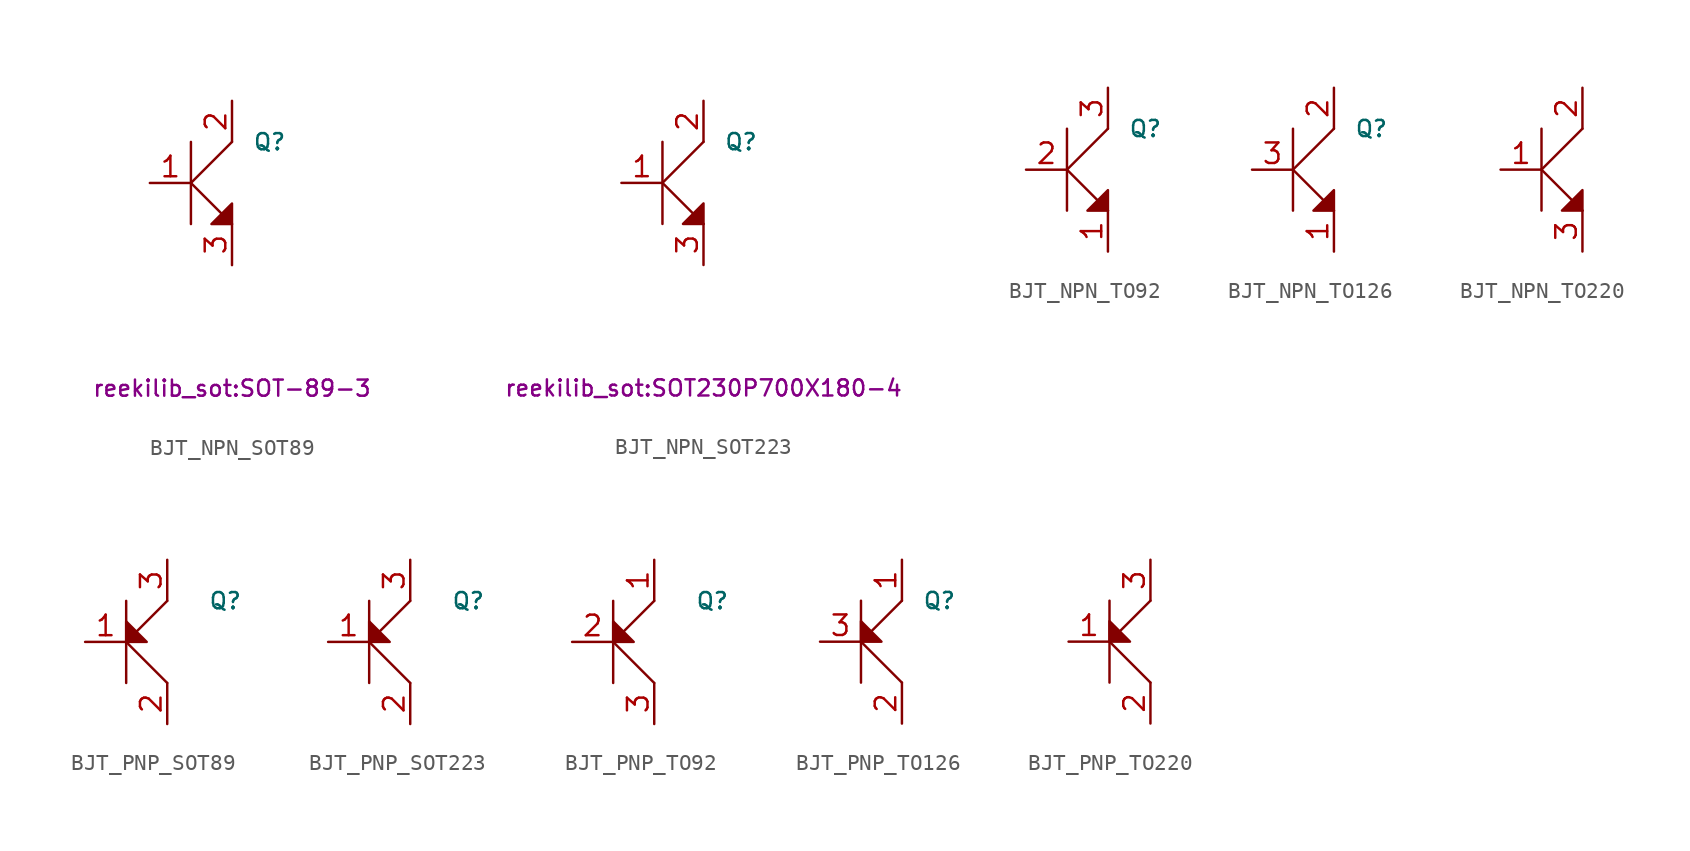
<source format=kicad_sym>
(kicad_symbol_lib
  (version 20231120)
  (generator "kicad_symbol_editor")
  (generator_version "8.0")
  (symbol "BJT_NPN_SOT89"
    (pin_names hide)
    (property "Reference" "Q"
      (at 1.27 2.54 0)
      (do_not_autoplace)
      (effects (font (size 1 1)) (justify left)))
    (property "Footprint" "reekilib_sot:SOT-89-3"
      (at 0 -12.7 0)
      (do_not_autoplace)
      (effects (font (size 1 1))))
    (symbol "BJT_NPN_SOT89_0_1"
      (polyline (pts (xy -2.54 0) (xy 0 -2.54)) (stroke (width 0) (type default)) (fill (type none)))
      (polyline (pts (xy -2.54 2.54) (xy -2.54 -2.54)) (stroke (width 0) (type default)) (fill (type none)))
      (polyline (pts (xy 0 2.54) (xy -2.54 0)) (stroke (width 0) (type default)) (fill (type none)))
      (polyline (pts (xy 0 -2.54) (xy 0 -1.27) (xy -1.27 -2.54) (xy 0 -2.54)) (stroke (width 0) (type default)) (fill (type outline))))
    (symbol "BJT_NPN_SOT89_1_1"
      (pin passive line (at -5.08 0 0) (length 2.54) (name "B" (effects (font (size 1.27 1.27)))) (number "1" (effects (font (size 1.27 1.27)))))
      (pin passive line (at 0 5.08 270) (length 2.54) (name "C" (effects (font (size 1.27 1.27)))) (number "2" (effects (font (size 1.27 1.27)))))
      (pin passive line (at 0 -5.08 90) (length 2.54) (name "E" (effects (font (size 1.27 1.27)))) (number "3" (effects (font (size 1.27 1.27)))))))
  (symbol "BJT_NPN_SOT223"
    (pin_names hide)
    (property "Reference" "Q"
      (at 1.27 2.54 0)
      (do_not_autoplace)
      (effects (font (size 1 1)) (justify left)))
    (property "Footprint" "reekilib_sot:SOT230P700X180-4"
      (at 0 -12.7 0)
      (do_not_autoplace)
      (effects (font (size 1 1))))
    (symbol "BJT_NPN_SOT223_0_1"
      (polyline (pts (xy -2.54 0) (xy 0 -2.54)) (stroke (width 0) (type default)) (fill (type none)))
      (polyline (pts (xy -2.54 2.54) (xy -2.54 -2.54)) (stroke (width 0) (type default)) (fill (type none)))
      (polyline (pts (xy 0 2.54) (xy -2.54 0)) (stroke (width 0) (type default)) (fill (type none)))
      (polyline (pts (xy 0 -2.54) (xy 0 -1.27) (xy -1.27 -2.54) (xy 0 -2.54)) (stroke (width 0) (type default)) (fill (type outline))))
    (symbol "BJT_NPN_SOT223_1_1"
      (pin passive line (at -5.08 0 0) (length 2.54) (name "B" (effects (font (size 1.27 1.27)))) (number "1" (effects (font (size 1.27 1.27)))))
      (pin passive line (at 0 5.08 270) (length 2.54) (name "C" (effects (font (size 1.27 1.27)))) (number "2" (effects (font (size 1.27 1.27)))))
      (pin passive line (at 0 -5.08 90) (length 2.54) (name "E" (effects (font (size 1.27 1.27)))) (number "3" (effects (font (size 1.27 1.27)))))
      (pin passive line (at 0 5.08 270) (length 2.54) hide (name "C" (effects (font (size 1.27 1.27)))) (number "4" (effects (font (size 1.27 1.27)))))))
  (symbol "BJT_NPN_TO92"
    (pin_names hide)
    (property "Reference" "Q"
      (at 1.27 2.54 0)
      (do_not_autoplace)
      (effects (font (size 1 1)) (justify left)))
    (symbol "BJT_NPN_TO92_0_1"
      (polyline (pts (xy -2.54 0) (xy 0 -2.54)) (stroke (width 0) (type default)) (fill (type none)))
      (polyline (pts (xy -2.54 2.54) (xy -2.54 -2.54)) (stroke (width 0) (type default)) (fill (type none)))
      (polyline (pts (xy 0 2.54) (xy -2.54 0)) (stroke (width 0) (type default)) (fill (type none)))
      (polyline (pts (xy 0 -2.54) (xy 0 -1.27) (xy -1.27 -2.54) (xy 0 -2.54)) (stroke (width 0) (type default)) (fill (type outline))))
    (symbol "BJT_NPN_TO92_1_1"
      (pin passive line (at 0 -5.08 90) (length 2.54) (name "E" (effects (font (size 1.27 1.27)))) (number "1" (effects (font (size 1.27 1.27)))))
      (pin passive line (at -5.08 0 0) (length 2.54) (name "B" (effects (font (size 1.27 1.27)))) (number "2" (effects (font (size 1.27 1.27)))))
      (pin passive line (at 0 5.08 270) (length 2.54) (name "C" (effects (font (size 1.27 1.27)))) (number "3" (effects (font (size 1.27 1.27)))))))
  (symbol "BJT_NPN_TO126"
    (pin_names hide)
    (property "Reference" "Q"
      (at 1.27 2.54 0)
      (do_not_autoplace)
      (effects (font (size 1 1)) (justify left)))
    (symbol "BJT_NPN_TO126_0_1"
      (polyline (pts (xy -2.54 0) (xy 0 -2.54)) (stroke (width 0) (type default)) (fill (type none)))
      (polyline (pts (xy -2.54 2.54) (xy -2.54 -2.54)) (stroke (width 0) (type default)) (fill (type none)))
      (polyline (pts (xy 0 2.54) (xy -2.54 0)) (stroke (width 0) (type default)) (fill (type none)))
      (polyline (pts (xy 0 -2.54) (xy 0 -1.27) (xy -1.27 -2.54) (xy 0 -2.54)) (stroke (width 0) (type default)) (fill (type outline))))
    (symbol "BJT_NPN_TO126_1_1"
      (pin passive line (at 0 -5.08 90) (length 2.54) (name "E" (effects (font (size 1.27 1.27)))) (number "1" (effects (font (size 1.27 1.27)))))
      (pin passive line (at 0 5.08 270) (length 2.54) (name "C" (effects (font (size 1.27 1.27)))) (number "2" (effects (font (size 1.27 1.27)))))
      (pin passive line (at -5.08 0 0) (length 2.54) (name "B" (effects (font (size 1.27 1.27)))) (number "3" (effects (font (size 1.27 1.27)))))))
  (symbol "BJT_NPN_TO220"
    (pin_names hide)
    (property "Reference" "Q"
      (at 1.27 2.54 0)
      (do_not_autoplace)
      (effects (font (size 1 1)) (justify left) (hide yes)))
    (symbol "BJT_NPN_TO220_0_1"
      (polyline (pts (xy -2.54 0) (xy 0 -2.54)) (stroke (width 0) (type default)) (fill (type none)))
      (polyline (pts (xy -2.54 2.54) (xy -2.54 -2.54)) (stroke (width 0) (type default)) (fill (type none)))
      (polyline (pts (xy 0 2.54) (xy -2.54 0)) (stroke (width 0) (type default)) (fill (type none)))
      (polyline (pts (xy 0 -2.54) (xy 0 -1.27) (xy -1.27 -2.54) (xy 0 -2.54)) (stroke (width 0) (type default)) (fill (type outline))))
    (symbol "BJT_NPN_TO220_1_1"
      (pin passive line (at -5.08 0 0) (length 2.54) (name "B" (effects (font (size 1.27 1.27)))) (number "1" (effects (font (size 1.27 1.27)))))
      (pin passive line (at 0 5.08 270) (length 2.54) (name "C" (effects (font (size 1.27 1.27)))) (number "2" (effects (font (size 1.27 1.27)))))
      (pin passive line (at 0 -5.08 90) (length 2.54) (name "E" (effects (font (size 1.27 1.27)))) (number "3" (effects (font (size 1.27 1.27)))))
      (pin passive line (at 0 5.08 270) (length 2.54) hide (name "C" (effects (font (size 1.27 1.27)))) (number "4" (effects (font (size 1.27 1.27)))))))
  (symbol "BJT_PNP_SOT89"
    (pin_names hide)
    (property "Reference" "Q"
      (at 2.54 2.54 0)
      (do_not_autoplace)
      (effects (font (size 1 1)) (justify left)))
    (symbol "BJT_PNP_SOT89_0_1"
      (polyline (pts (xy -2.54 0) (xy 0 -2.54)) (stroke (width 0) (type default)) (fill (type none)))
      (polyline (pts (xy -2.54 2.54) (xy -2.54 -2.54)) (stroke (width 0) (type default)) (fill (type none)))
      (polyline (pts (xy 0 2.54) (xy -2.54 0)) (stroke (width 0) (type default)) (fill (type none)))
      (polyline (pts (xy -2.54 1.27) (xy -2.54 0) (xy -1.27 0) (xy -2.54 1.27)) (stroke (width 0) (type default)) (fill (type outline))))
    (symbol "BJT_PNP_SOT89_1_1"
      (pin passive line (at -5.08 0 0) (length 2.54) (name "B" (effects (font (size 1.27 1.27)))) (number "1" (effects (font (size 1.27 1.27)))))
      (pin passive line (at 0 -5.08 90) (length 2.54) (name "C" (effects (font (size 1.27 1.27)))) (number "2" (effects (font (size 1.27 1.27)))))
      (pin passive line (at 0 5.08 270) (length 2.54) (name "E" (effects (font (size 1.27 1.27)))) (number "3" (effects (font (size 1.27 1.27)))))))
  (symbol "BJT_PNP_SOT223"
    (pin_names hide)
    (property "Reference" "Q"
      (at 2.54 2.54 0)
      (do_not_autoplace)
      (effects (font (size 1 1)) (justify left)))
    (symbol "BJT_PNP_SOT223_0_1"
      (polyline (pts (xy -2.54 0) (xy 0 -2.54)) (stroke (width 0) (type default)) (fill (type none)))
      (polyline (pts (xy -2.54 2.54) (xy -2.54 -2.54)) (stroke (width 0) (type default)) (fill (type none)))
      (polyline (pts (xy 0 2.54) (xy -2.54 0)) (stroke (width 0) (type default)) (fill (type none)))
      (polyline (pts (xy -2.54 1.27) (xy -2.54 0) (xy -1.27 0) (xy -2.54 1.27)) (stroke (width 0) (type default)) (fill (type outline))))
    (symbol "BJT_PNP_SOT223_1_1"
      (pin passive line (at -5.08 0 0) (length 2.54) (name "B" (effects (font (size 1.27 1.27)))) (number "1" (effects (font (size 1.27 1.27)))))
      (pin passive line (at 0 -5.08 90) (length 2.54) (name "C" (effects (font (size 1.27 1.27)))) (number "2" (effects (font (size 1.27 1.27)))))
      (pin passive line (at 0 5.08 270) (length 2.54) (name "E" (effects (font (size 1.27 1.27)))) (number "3" (effects (font (size 1.27 1.27)))))
      (pin passive line (at 0 -5.08 90) (length 2.54) hide (name "C" (effects (font (size 1.27 1.27)))) (number "4" (effects (font (size 1.27 1.27)))))))
  (symbol "BJT_PNP_TO92"
    (pin_names hide)
    (property "Reference" "Q"
      (at 2.54 2.54 0)
      (do_not_autoplace)
      (effects (font (size 1 1)) (justify left)))
    (symbol "BJT_PNP_TO92_0_1"
      (polyline (pts (xy -2.54 0) (xy 0 -2.54)) (stroke (width 0) (type default)) (fill (type none)))
      (polyline (pts (xy -2.54 2.54) (xy -2.54 -2.54)) (stroke (width 0) (type default)) (fill (type none)))
      (polyline (pts (xy 0 2.54) (xy -2.54 0)) (stroke (width 0) (type default)) (fill (type none)))
      (polyline (pts (xy -2.54 1.27) (xy -2.54 0) (xy -1.27 0) (xy -2.54 1.27)) (stroke (width 0) (type default)) (fill (type outline))))
    (symbol "BJT_PNP_TO92_1_1"
      (pin passive line (at 0 5.08 270) (length 2.54) (name "E" (effects (font (size 1.27 1.27)))) (number "1" (effects (font (size 1.27 1.27)))))
      (pin passive line (at -5.08 0 0) (length 2.54) (name "B" (effects (font (size 1.27 1.27)))) (number "2" (effects (font (size 1.27 1.27)))))
      (pin passive line (at 0 -5.08 90) (length 2.54) (name "C" (effects (font (size 1.27 1.27)))) (number "3" (effects (font (size 1.27 1.27)))))))
  (symbol "BJT_PNP_TO126"
    (pin_names hide)
    (property "Reference" "Q"
      (at 1.27 2.54 0)
      (do_not_autoplace)
      (effects (font (size 1 1)) (justify left)))
    (symbol "BJT_PNP_TO126_0_1"
      (polyline (pts (xy -2.54 0) (xy 0 -2.54)) (stroke (width 0) (type default)) (fill (type none)))
      (polyline (pts (xy -2.54 2.54) (xy -2.54 -2.54)) (stroke (width 0) (type default)) (fill (type none)))
      (polyline (pts (xy 0 2.54) (xy -2.54 0)) (stroke (width 0) (type default)) (fill (type none)))
      (polyline (pts (xy -2.54 1.27) (xy -2.54 0) (xy -1.27 0) (xy -2.54 1.27)) (stroke (width 0) (type default)) (fill (type outline))))
    (symbol "BJT_PNP_TO126_1_1"
      (pin passive line (at 0 5.08 270) (length 2.54) (name "E" (effects (font (size 1.27 1.27)))) (number "1" (effects (font (size 1.27 1.27)))))
      (pin passive line (at 0 -5.08 90) (length 2.54) (name "C" (effects (font (size 1.27 1.27)))) (number "2" (effects (font (size 1.27 1.27)))))
      (pin passive line (at -5.08 0 0) (length 2.54) (name "B" (effects (font (size 1.27 1.27)))) (number "3" (effects (font (size 1.27 1.27)))))))
  (symbol "BJT_PNP_TO220"
    (pin_names hide)
    (property "Reference" "Q"
      (at 1.27 2.54 0)
      (do_not_autoplace)
      (effects (font (size 1 1)) (justify left) (hide yes)))
    (symbol "BJT_PNP_TO220_0_1"
      (polyline (pts (xy -2.54 0) (xy 0 -2.54)) (stroke (width 0) (type default)) (fill (type none)))
      (polyline (pts (xy -2.54 2.54) (xy -2.54 -2.54)) (stroke (width 0) (type default)) (fill (type none)))
      (polyline (pts (xy 0 2.54) (xy -2.54 0)) (stroke (width 0) (type default)) (fill (type none)))
      (polyline (pts (xy -2.54 1.27) (xy -2.54 0) (xy -1.27 0) (xy -2.54 1.27)) (stroke (width 0) (type default)) (fill (type outline))))
    (symbol "BJT_PNP_TO220_1_1"
      (pin passive line (at -5.08 0 0) (length 2.54) (name "B" (effects (font (size 1.27 1.27)))) (number "1" (effects (font (size 1.27 1.27)))))
      (pin passive line (at 0 -5.08 90) (length 2.54) (name "C" (effects (font (size 1.27 1.27)))) (number "2" (effects (font (size 1.27 1.27)))))
      (pin passive line (at 0 5.08 270) (length 2.54) (name "E" (effects (font (size 1.27 1.27)))) (number "3" (effects (font (size 1.27 1.27)))))
      (pin passive line (at 0 -5.08 90) (length 2.54) hide (name "C" (effects (font (size 1.27 1.27)))) (number "4" (effects (font (size 1.27 1.27))))))))
</source>
